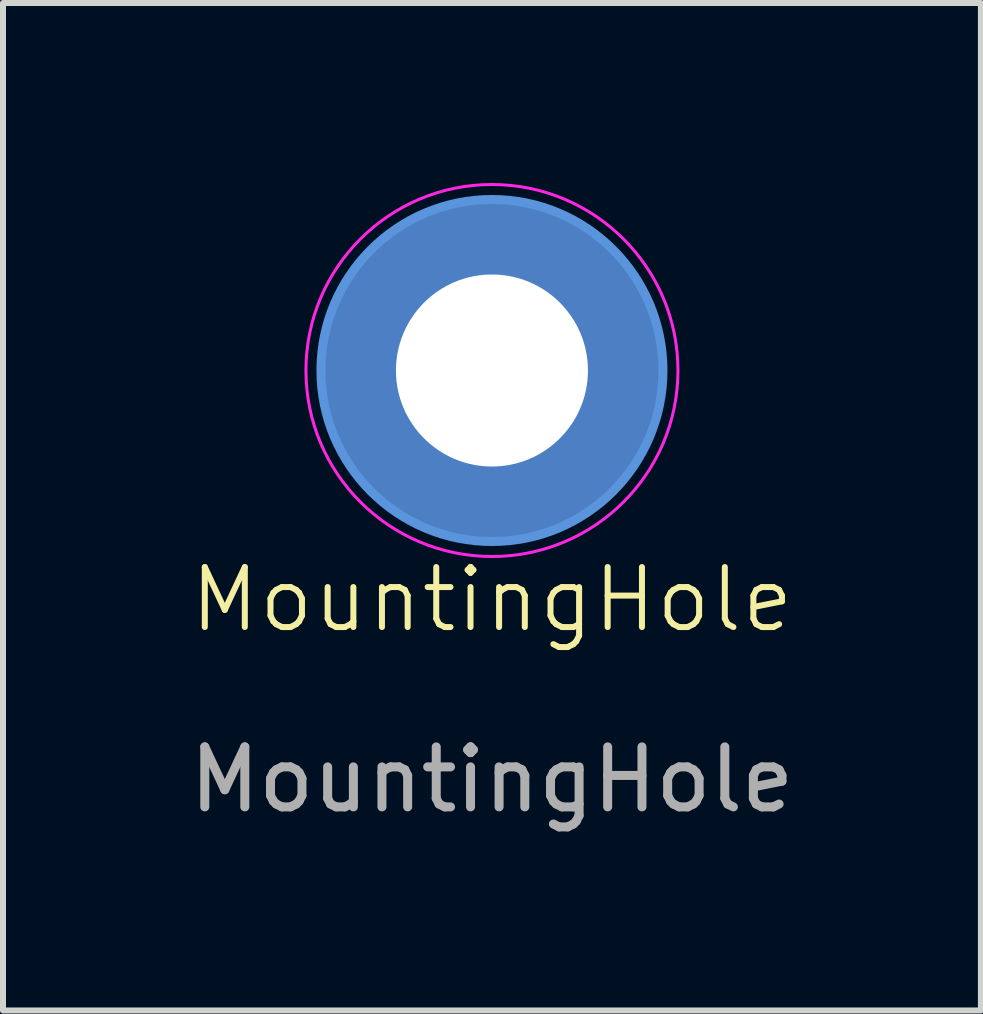
<source format=kicad_pcb>
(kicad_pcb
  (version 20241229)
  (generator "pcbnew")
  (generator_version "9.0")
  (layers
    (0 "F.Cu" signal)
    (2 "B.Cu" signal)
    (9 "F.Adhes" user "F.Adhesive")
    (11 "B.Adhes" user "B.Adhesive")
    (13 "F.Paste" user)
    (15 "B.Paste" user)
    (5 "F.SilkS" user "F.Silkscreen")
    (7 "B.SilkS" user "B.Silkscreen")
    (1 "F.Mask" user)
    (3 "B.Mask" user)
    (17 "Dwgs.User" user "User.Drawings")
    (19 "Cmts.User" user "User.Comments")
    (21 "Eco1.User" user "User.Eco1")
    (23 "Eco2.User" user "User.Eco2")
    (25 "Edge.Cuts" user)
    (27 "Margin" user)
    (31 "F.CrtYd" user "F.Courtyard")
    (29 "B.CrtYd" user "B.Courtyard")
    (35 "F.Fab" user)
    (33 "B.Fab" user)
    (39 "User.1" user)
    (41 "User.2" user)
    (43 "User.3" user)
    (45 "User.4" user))
  (footprint "MountingHole"
    (layer "F.Cu")
    (at 5.149 7.443)
    (property "Reference" "MountingHole" (at 0 -0.5 0) (unlocked yes) (layer "F.SilkS") (effects (font (size 1 1) (thickness 0.1))))
    (attr through_hole)
    (fp_circle (center 0 -4.318) (end 2.85 -4.318) (stroke (width 0.15) (type solid)) (fill no) (layer "Cmts.User"))
    (fp_circle (center 0 -4.318) (end 3.1 -4.318) (stroke (width 0.05) (type solid)) (fill no) (layer "F.CrtYd"))
    (fp_text user "${REFERENCE}" (at 0 2.5 0) (unlocked yes) (layer "F.Fab") (effects (font (size 1 1) (thickness 0.15))))
    (pad "" thru_hole circle (at 0 -4.318) (size 5.7 5.7) (drill 3.2) (layers "*.Cu" "*.Mask")))
  (gr_rect
    (start -3 -3)
    (end 13.298 13.791)
    (stroke (width 0.1) (type default))
    (fill no)
    (layer "Edge.Cuts")))
</source>
